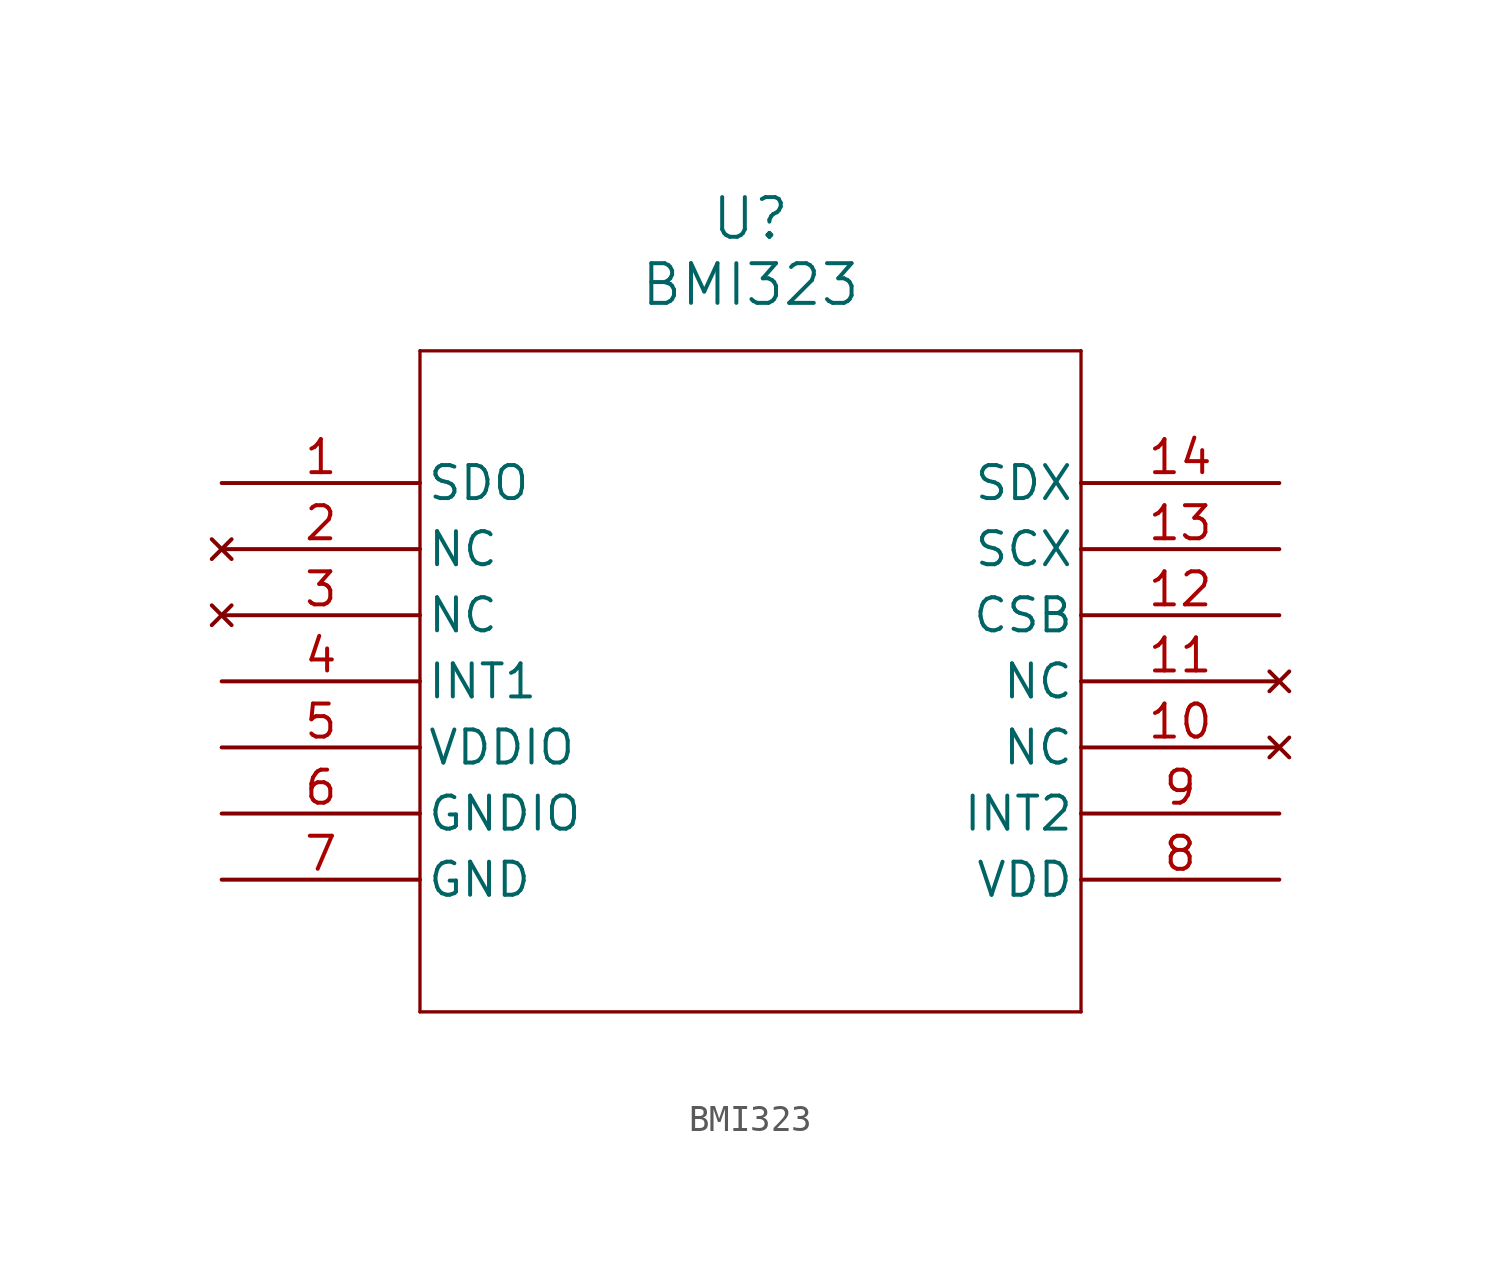
<source format=kicad_sym>
(kicad_symbol_lib
  (version 20211014)
  (generator kicad_symbol_editor)
  (symbol "BMI323"
    (pin_names
      (offset 0.254))
    (property "Reference" "U"
      (at 20.32 10.16 0)
      (effects (font (size 1.524 1.524))))
    (property "Value" "BMI323"
      (at 20.32 7.62 0)
      (effects (font (size 1.524 1.524))))
    (symbol "BMI323_0_1"
      (polyline (pts (xy 7.62 5.08) (xy 7.62 -20.32)) (stroke (width 0.127) (type default) (color 0 0 0 0)) (fill (type none)))
      (polyline (pts (xy 7.62 -20.32) (xy 33.02 -20.32)) (stroke (width 0.127) (type default) (color 0 0 0 0)) (fill (type none)))
      (polyline (pts (xy 33.02 -20.32) (xy 33.02 5.08)) (stroke (width 0.127) (type default) (color 0 0 0 0)) (fill (type none)))
      (polyline (pts (xy 33.02 5.08) (xy 7.62 5.08)) (stroke (width 0.127) (type default) (color 0 0 0 0)) (fill (type none)))
      (pin bidirectional line (at 0 0 0) (length 7.62) (name "SDO" (effects (font (size 1.27 1.27)))) (number "1" (effects (font (size 1.27 1.27)))))
      (pin no_connect line (at 0 -2.54 0) (length 7.62) (name "NC" (effects (font (size 1.27 1.27)))) (number "2" (effects (font (size 1.27 1.27)))))
      (pin no_connect line (at 0 -5.08 0) (length 7.62) (name "NC" (effects (font (size 1.27 1.27)))) (number "3" (effects (font (size 1.27 1.27)))))
      (pin bidirectional line (at 0 -7.62 0) (length 7.62) (name "INT1" (effects (font (size 1.27 1.27)))) (number "4" (effects (font (size 1.27 1.27)))))
      (pin power_in line (at 0 -10.16 0) (length 7.62) (name "VDDIO" (effects (font (size 1.27 1.27)))) (number "5" (effects (font (size 1.27 1.27)))))
      (pin power_out line (at 0 -12.7 0) (length 7.62) (name "GNDIO" (effects (font (size 1.27 1.27)))) (number "6" (effects (font (size 1.27 1.27)))))
      (pin power_out line (at 0 -15.24 0) (length 7.62) (name "GND" (effects (font (size 1.27 1.27)))) (number "7" (effects (font (size 1.27 1.27)))))
      (pin power_in line (at 40.64 -15.24 180) (length 7.62) (name "VDD" (effects (font (size 1.27 1.27)))) (number "8" (effects (font (size 1.27 1.27)))))
      (pin bidirectional line (at 40.64 -12.7 180) (length 7.62) (name "INT2" (effects (font (size 1.27 1.27)))) (number "9" (effects (font (size 1.27 1.27)))))
      (pin no_connect line (at 40.64 -10.16 180) (length 7.62) (name "NC" (effects (font (size 1.27 1.27)))) (number "10" (effects (font (size 1.27 1.27)))))
      (pin no_connect line (at 40.64 -7.62 180) (length 7.62) (name "NC" (effects (font (size 1.27 1.27)))) (number "11" (effects (font (size 1.27 1.27)))))
      (pin input line (at 40.64 -5.08 180) (length 7.62) (name "CSB" (effects (font (size 1.27 1.27)))) (number "12" (effects (font (size 1.27 1.27)))))
      (pin input line (at 40.64 -2.54 180) (length 7.62) (name "SCX" (effects (font (size 1.27 1.27)))) (number "13" (effects (font (size 1.27 1.27)))))
      (pin bidirectional line (at 40.64 0 180) (length 7.62) (name "SDX" (effects (font (size 1.27 1.27)))) (number "14" (effects (font (size 1.27 1.27))))))))
</source>
